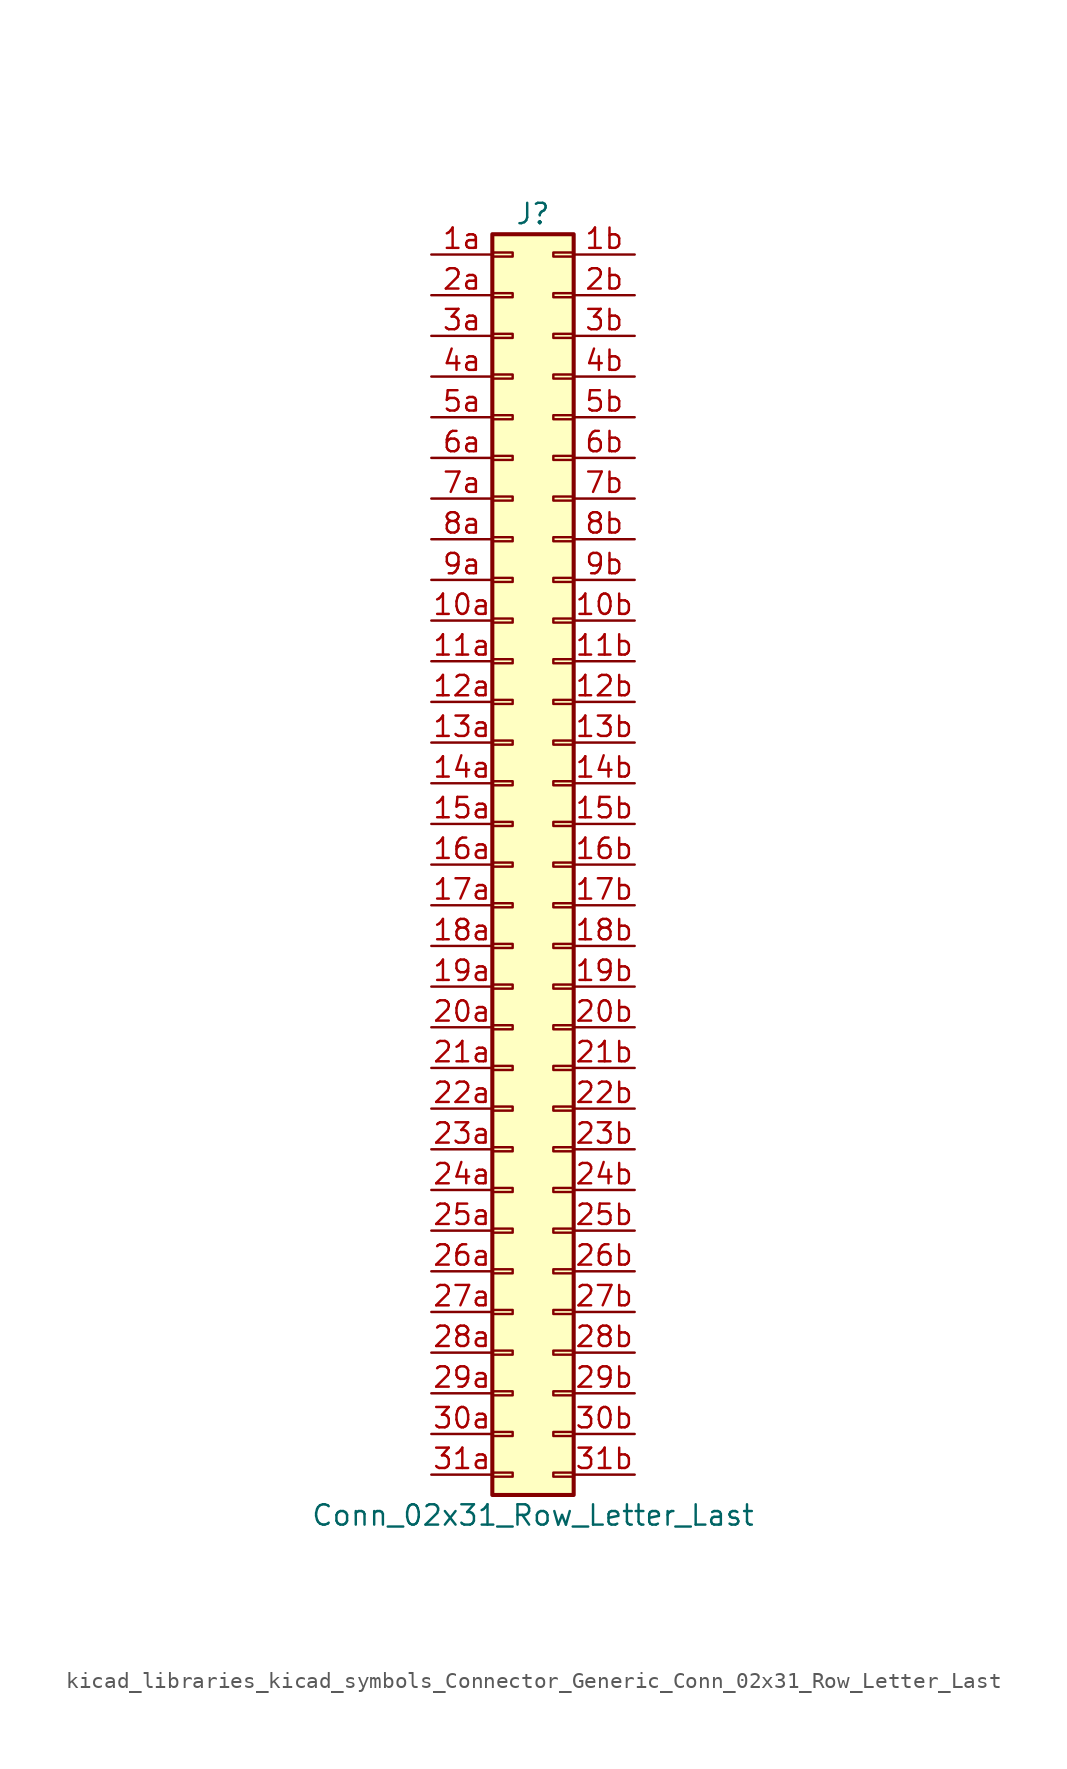
<source format=kicad_sym>
(kicad_symbol_lib
  (version 20220914)
  (generator kicad_symbol_editor)
  (symbol "kicad_libraries_kicad_symbols_Connector_Generic_Conn_02x31_Row_Letter_Last"
    (pin_names
      (offset 1.016) hide)
    (property "Reference" "J"
      (at 1.27 40.64 0)
      (effects (font (size 1.27 1.27))))
    (property "Value" "Conn_02x31_Row_Letter_Last"
      (at 1.27 -40.64 0)
      (effects (font (size 1.27 1.27))))
    (symbol "kicad_libraries_kicad_symbols_Connector_Generic_Conn_02x31_Row_Letter_Last_1_1"
      (rectangle (start -1.27 -37.973) (end 0 -38.227) (stroke (width 0.152) (type default)) (fill (type none)))
      (rectangle (start -1.27 -35.433) (end 0 -35.687) (stroke (width 0.152) (type default)) (fill (type none)))
      (rectangle (start -1.27 -32.893) (end 0 -33.147) (stroke (width 0.152) (type default)) (fill (type none)))
      (rectangle (start -1.27 -30.353) (end 0 -30.607) (stroke (width 0.152) (type default)) (fill (type none)))
      (rectangle (start -1.27 -27.813) (end 0 -28.067) (stroke (width 0.152) (type default)) (fill (type none)))
      (rectangle (start -1.27 -25.273) (end 0 -25.527) (stroke (width 0.152) (type default)) (fill (type none)))
      (rectangle (start -1.27 -22.733) (end 0 -22.987) (stroke (width 0.152) (type default)) (fill (type none)))
      (rectangle (start -1.27 -20.193) (end 0 -20.447) (stroke (width 0.152) (type default)) (fill (type none)))
      (rectangle (start -1.27 -17.653) (end 0 -17.907) (stroke (width 0.152) (type default)) (fill (type none)))
      (rectangle (start -1.27 -15.113) (end 0 -15.367) (stroke (width 0.152) (type default)) (fill (type none)))
      (rectangle (start -1.27 -12.573) (end 0 -12.827) (stroke (width 0.152) (type default)) (fill (type none)))
      (rectangle (start -1.27 -10.033) (end 0 -10.287) (stroke (width 0.152) (type default)) (fill (type none)))
      (rectangle (start -1.27 -7.493) (end 0 -7.747) (stroke (width 0.152) (type default)) (fill (type none)))
      (rectangle (start -1.27 -4.953) (end 0 -5.207) (stroke (width 0.152) (type default)) (fill (type none)))
      (rectangle (start -1.27 -2.413) (end 0 -2.667) (stroke (width 0.152) (type default)) (fill (type none)))
      (rectangle (start -1.27 0.127) (end 0 -0.127) (stroke (width 0.152) (type default)) (fill (type none)))
      (rectangle (start -1.27 2.667) (end 0 2.413) (stroke (width 0.152) (type default)) (fill (type none)))
      (rectangle (start -1.27 5.207) (end 0 4.953) (stroke (width 0.152) (type default)) (fill (type none)))
      (rectangle (start -1.27 7.747) (end 0 7.493) (stroke (width 0.152) (type default)) (fill (type none)))
      (rectangle (start -1.27 10.287) (end 0 10.033) (stroke (width 0.152) (type default)) (fill (type none)))
      (rectangle (start -1.27 12.827) (end 0 12.573) (stroke (width 0.152) (type default)) (fill (type none)))
      (rectangle (start -1.27 15.367) (end 0 15.113) (stroke (width 0.152) (type default)) (fill (type none)))
      (rectangle (start -1.27 17.907) (end 0 17.653) (stroke (width 0.152) (type default)) (fill (type none)))
      (rectangle (start -1.27 20.447) (end 0 20.193) (stroke (width 0.152) (type default)) (fill (type none)))
      (rectangle (start -1.27 22.987) (end 0 22.733) (stroke (width 0.152) (type default)) (fill (type none)))
      (rectangle (start -1.27 25.527) (end 0 25.273) (stroke (width 0.152) (type default)) (fill (type none)))
      (rectangle (start -1.27 28.067) (end 0 27.813) (stroke (width 0.152) (type default)) (fill (type none)))
      (rectangle (start -1.27 30.607) (end 0 30.353) (stroke (width 0.152) (type default)) (fill (type none)))
      (rectangle (start -1.27 33.147) (end 0 32.893) (stroke (width 0.152) (type default)) (fill (type none)))
      (rectangle (start -1.27 35.687) (end 0 35.433) (stroke (width 0.152) (type default)) (fill (type none)))
      (rectangle (start -1.27 38.227) (end 0 37.973) (stroke (width 0.152) (type default)) (fill (type none)))
      (rectangle (start -1.27 39.37) (end 3.81 -39.37) (stroke (width 0.254) (type default)) (fill (type background)))
      (rectangle (start 3.81 -37.973) (end 2.54 -38.227) (stroke (width 0.152) (type default)) (fill (type none)))
      (rectangle (start 3.81 -35.433) (end 2.54 -35.687) (stroke (width 0.152) (type default)) (fill (type none)))
      (rectangle (start 3.81 -32.893) (end 2.54 -33.147) (stroke (width 0.152) (type default)) (fill (type none)))
      (rectangle (start 3.81 -30.353) (end 2.54 -30.607) (stroke (width 0.152) (type default)) (fill (type none)))
      (rectangle (start 3.81 -27.813) (end 2.54 -28.067) (stroke (width 0.152) (type default)) (fill (type none)))
      (rectangle (start 3.81 -25.273) (end 2.54 -25.527) (stroke (width 0.152) (type default)) (fill (type none)))
      (rectangle (start 3.81 -22.733) (end 2.54 -22.987) (stroke (width 0.152) (type default)) (fill (type none)))
      (rectangle (start 3.81 -20.193) (end 2.54 -20.447) (stroke (width 0.152) (type default)) (fill (type none)))
      (rectangle (start 3.81 -17.653) (end 2.54 -17.907) (stroke (width 0.152) (type default)) (fill (type none)))
      (rectangle (start 3.81 -15.113) (end 2.54 -15.367) (stroke (width 0.152) (type default)) (fill (type none)))
      (rectangle (start 3.81 -12.573) (end 2.54 -12.827) (stroke (width 0.152) (type default)) (fill (type none)))
      (rectangle (start 3.81 -10.033) (end 2.54 -10.287) (stroke (width 0.152) (type default)) (fill (type none)))
      (rectangle (start 3.81 -7.493) (end 2.54 -7.747) (stroke (width 0.152) (type default)) (fill (type none)))
      (rectangle (start 3.81 -4.953) (end 2.54 -5.207) (stroke (width 0.152) (type default)) (fill (type none)))
      (rectangle (start 3.81 -2.413) (end 2.54 -2.667) (stroke (width 0.152) (type default)) (fill (type none)))
      (rectangle (start 3.81 0.127) (end 2.54 -0.127) (stroke (width 0.152) (type default)) (fill (type none)))
      (rectangle (start 3.81 2.667) (end 2.54 2.413) (stroke (width 0.152) (type default)) (fill (type none)))
      (rectangle (start 3.81 5.207) (end 2.54 4.953) (stroke (width 0.152) (type default)) (fill (type none)))
      (rectangle (start 3.81 7.747) (end 2.54 7.493) (stroke (width 0.152) (type default)) (fill (type none)))
      (rectangle (start 3.81 10.287) (end 2.54 10.033) (stroke (width 0.152) (type default)) (fill (type none)))
      (rectangle (start 3.81 12.827) (end 2.54 12.573) (stroke (width 0.152) (type default)) (fill (type none)))
      (rectangle (start 3.81 15.367) (end 2.54 15.113) (stroke (width 0.152) (type default)) (fill (type none)))
      (rectangle (start 3.81 17.907) (end 2.54 17.653) (stroke (width 0.152) (type default)) (fill (type none)))
      (rectangle (start 3.81 20.447) (end 2.54 20.193) (stroke (width 0.152) (type default)) (fill (type none)))
      (rectangle (start 3.81 22.987) (end 2.54 22.733) (stroke (width 0.152) (type default)) (fill (type none)))
      (rectangle (start 3.81 25.527) (end 2.54 25.273) (stroke (width 0.152) (type default)) (fill (type none)))
      (rectangle (start 3.81 28.067) (end 2.54 27.813) (stroke (width 0.152) (type default)) (fill (type none)))
      (rectangle (start 3.81 30.607) (end 2.54 30.353) (stroke (width 0.152) (type default)) (fill (type none)))
      (rectangle (start 3.81 33.147) (end 2.54 32.893) (stroke (width 0.152) (type default)) (fill (type none)))
      (rectangle (start 3.81 35.687) (end 2.54 35.433) (stroke (width 0.152) (type default)) (fill (type none)))
      (rectangle (start 3.81 38.227) (end 2.54 37.973) (stroke (width 0.152) (type default)) (fill (type none)))
      (pin passive line (at -5.08 15.24 0) (length 3.81) (name "Pin_10a" (effects (font (size 1.27 1.27)))) (number "10a" (effects (font (size 1.27 1.27)))))
      (pin passive line (at 7.62 15.24 180) (length 3.81) (name "Pin_10b" (effects (font (size 1.27 1.27)))) (number "10b" (effects (font (size 1.27 1.27)))))
      (pin passive line (at -5.08 12.7 0) (length 3.81) (name "Pin_11a" (effects (font (size 1.27 1.27)))) (number "11a" (effects (font (size 1.27 1.27)))))
      (pin passive line (at 7.62 12.7 180) (length 3.81) (name "Pin_11b" (effects (font (size 1.27 1.27)))) (number "11b" (effects (font (size 1.27 1.27)))))
      (pin passive line (at -5.08 10.16 0) (length 3.81) (name "Pin_12a" (effects (font (size 1.27 1.27)))) (number "12a" (effects (font (size 1.27 1.27)))))
      (pin passive line (at 7.62 10.16 180) (length 3.81) (name "Pin_12b" (effects (font (size 1.27 1.27)))) (number "12b" (effects (font (size 1.27 1.27)))))
      (pin passive line (at -5.08 7.62 0) (length 3.81) (name "Pin_13a" (effects (font (size 1.27 1.27)))) (number "13a" (effects (font (size 1.27 1.27)))))
      (pin passive line (at 7.62 7.62 180) (length 3.81) (name "Pin_13b" (effects (font (size 1.27 1.27)))) (number "13b" (effects (font (size 1.27 1.27)))))
      (pin passive line (at -5.08 5.08 0) (length 3.81) (name "Pin_14a" (effects (font (size 1.27 1.27)))) (number "14a" (effects (font (size 1.27 1.27)))))
      (pin passive line (at 7.62 5.08 180) (length 3.81) (name "Pin_14b" (effects (font (size 1.27 1.27)))) (number "14b" (effects (font (size 1.27 1.27)))))
      (pin passive line (at -5.08 2.54 0) (length 3.81) (name "Pin_15a" (effects (font (size 1.27 1.27)))) (number "15a" (effects (font (size 1.27 1.27)))))
      (pin passive line (at 7.62 2.54 180) (length 3.81) (name "Pin_15b" (effects (font (size 1.27 1.27)))) (number "15b" (effects (font (size 1.27 1.27)))))
      (pin passive line (at -5.08 0 0) (length 3.81) (name "Pin_16a" (effects (font (size 1.27 1.27)))) (number "16a" (effects (font (size 1.27 1.27)))))
      (pin passive line (at 7.62 0 180) (length 3.81) (name "Pin_16b" (effects (font (size 1.27 1.27)))) (number "16b" (effects (font (size 1.27 1.27)))))
      (pin passive line (at -5.08 -2.54 0) (length 3.81) (name "Pin_17a" (effects (font (size 1.27 1.27)))) (number "17a" (effects (font (size 1.27 1.27)))))
      (pin passive line (at 7.62 -2.54 180) (length 3.81) (name "Pin_17b" (effects (font (size 1.27 1.27)))) (number "17b" (effects (font (size 1.27 1.27)))))
      (pin passive line (at -5.08 -5.08 0) (length 3.81) (name "Pin_18a" (effects (font (size 1.27 1.27)))) (number "18a" (effects (font (size 1.27 1.27)))))
      (pin passive line (at 7.62 -5.08 180) (length 3.81) (name "Pin_18b" (effects (font (size 1.27 1.27)))) (number "18b" (effects (font (size 1.27 1.27)))))
      (pin passive line (at -5.08 -7.62 0) (length 3.81) (name "Pin_19a" (effects (font (size 1.27 1.27)))) (number "19a" (effects (font (size 1.27 1.27)))))
      (pin passive line (at 7.62 -7.62 180) (length 3.81) (name "Pin_19b" (effects (font (size 1.27 1.27)))) (number "19b" (effects (font (size 1.27 1.27)))))
      (pin passive line (at -5.08 38.1 0) (length 3.81) (name "Pin_1a" (effects (font (size 1.27 1.27)))) (number "1a" (effects (font (size 1.27 1.27)))))
      (pin passive line (at 7.62 38.1 180) (length 3.81) (name "Pin_1b" (effects (font (size 1.27 1.27)))) (number "1b" (effects (font (size 1.27 1.27)))))
      (pin passive line (at -5.08 -10.16 0) (length 3.81) (name "Pin_20a" (effects (font (size 1.27 1.27)))) (number "20a" (effects (font (size 1.27 1.27)))))
      (pin passive line (at 7.62 -10.16 180) (length 3.81) (name "Pin_20b" (effects (font (size 1.27 1.27)))) (number "20b" (effects (font (size 1.27 1.27)))))
      (pin passive line (at -5.08 -12.7 0) (length 3.81) (name "Pin_21a" (effects (font (size 1.27 1.27)))) (number "21a" (effects (font (size 1.27 1.27)))))
      (pin passive line (at 7.62 -12.7 180) (length 3.81) (name "Pin_21b" (effects (font (size 1.27 1.27)))) (number "21b" (effects (font (size 1.27 1.27)))))
      (pin passive line (at -5.08 -15.24 0) (length 3.81) (name "Pin_22a" (effects (font (size 1.27 1.27)))) (number "22a" (effects (font (size 1.27 1.27)))))
      (pin passive line (at 7.62 -15.24 180) (length 3.81) (name "Pin_22b" (effects (font (size 1.27 1.27)))) (number "22b" (effects (font (size 1.27 1.27)))))
      (pin passive line (at -5.08 -17.78 0) (length 3.81) (name "Pin_23a" (effects (font (size 1.27 1.27)))) (number "23a" (effects (font (size 1.27 1.27)))))
      (pin passive line (at 7.62 -17.78 180) (length 3.81) (name "Pin_23b" (effects (font (size 1.27 1.27)))) (number "23b" (effects (font (size 1.27 1.27)))))
      (pin passive line (at -5.08 -20.32 0) (length 3.81) (name "Pin_24a" (effects (font (size 1.27 1.27)))) (number "24a" (effects (font (size 1.27 1.27)))))
      (pin passive line (at 7.62 -20.32 180) (length 3.81) (name "Pin_24b" (effects (font (size 1.27 1.27)))) (number "24b" (effects (font (size 1.27 1.27)))))
      (pin passive line (at -5.08 -22.86 0) (length 3.81) (name "Pin_25a" (effects (font (size 1.27 1.27)))) (number "25a" (effects (font (size 1.27 1.27)))))
      (pin passive line (at 7.62 -22.86 180) (length 3.81) (name "Pin_25b" (effects (font (size 1.27 1.27)))) (number "25b" (effects (font (size 1.27 1.27)))))
      (pin passive line (at -5.08 -25.4 0) (length 3.81) (name "Pin_26a" (effects (font (size 1.27 1.27)))) (number "26a" (effects (font (size 1.27 1.27)))))
      (pin passive line (at 7.62 -25.4 180) (length 3.81) (name "Pin_26b" (effects (font (size 1.27 1.27)))) (number "26b" (effects (font (size 1.27 1.27)))))
      (pin passive line (at -5.08 -27.94 0) (length 3.81) (name "Pin_27a" (effects (font (size 1.27 1.27)))) (number "27a" (effects (font (size 1.27 1.27)))))
      (pin passive line (at 7.62 -27.94 180) (length 3.81) (name "Pin_27b" (effects (font (size 1.27 1.27)))) (number "27b" (effects (font (size 1.27 1.27)))))
      (pin passive line (at -5.08 -30.48 0) (length 3.81) (name "Pin_28a" (effects (font (size 1.27 1.27)))) (number "28a" (effects (font (size 1.27 1.27)))))
      (pin passive line (at 7.62 -30.48 180) (length 3.81) (name "Pin_28b" (effects (font (size 1.27 1.27)))) (number "28b" (effects (font (size 1.27 1.27)))))
      (pin passive line (at -5.08 -33.02 0) (length 3.81) (name "Pin_29a" (effects (font (size 1.27 1.27)))) (number "29a" (effects (font (size 1.27 1.27)))))
      (pin passive line (at 7.62 -33.02 180) (length 3.81) (name "Pin_29b" (effects (font (size 1.27 1.27)))) (number "29b" (effects (font (size 1.27 1.27)))))
      (pin passive line (at -5.08 35.56 0) (length 3.81) (name "Pin_2a" (effects (font (size 1.27 1.27)))) (number "2a" (effects (font (size 1.27 1.27)))))
      (pin passive line (at 7.62 35.56 180) (length 3.81) (name "Pin_2b" (effects (font (size 1.27 1.27)))) (number "2b" (effects (font (size 1.27 1.27)))))
      (pin passive line (at -5.08 -35.56 0) (length 3.81) (name "Pin_30a" (effects (font (size 1.27 1.27)))) (number "30a" (effects (font (size 1.27 1.27)))))
      (pin passive line (at 7.62 -35.56 180) (length 3.81) (name "Pin_30b" (effects (font (size 1.27 1.27)))) (number "30b" (effects (font (size 1.27 1.27)))))
      (pin passive line (at -5.08 -38.1 0) (length 3.81) (name "Pin_31a" (effects (font (size 1.27 1.27)))) (number "31a" (effects (font (size 1.27 1.27)))))
      (pin passive line (at 7.62 -38.1 180) (length 3.81) (name "Pin_31b" (effects (font (size 1.27 1.27)))) (number "31b" (effects (font (size 1.27 1.27)))))
      (pin passive line (at -5.08 33.02 0) (length 3.81) (name "Pin_3a" (effects (font (size 1.27 1.27)))) (number "3a" (effects (font (size 1.27 1.27)))))
      (pin passive line (at 7.62 33.02 180) (length 3.81) (name "Pin_3b" (effects (font (size 1.27 1.27)))) (number "3b" (effects (font (size 1.27 1.27)))))
      (pin passive line (at -5.08 30.48 0) (length 3.81) (name "Pin_4a" (effects (font (size 1.27 1.27)))) (number "4a" (effects (font (size 1.27 1.27)))))
      (pin passive line (at 7.62 30.48 180) (length 3.81) (name "Pin_4b" (effects (font (size 1.27 1.27)))) (number "4b" (effects (font (size 1.27 1.27)))))
      (pin passive line (at -5.08 27.94 0) (length 3.81) (name "Pin_5a" (effects (font (size 1.27 1.27)))) (number "5a" (effects (font (size 1.27 1.27)))))
      (pin passive line (at 7.62 27.94 180) (length 3.81) (name "Pin_5b" (effects (font (size 1.27 1.27)))) (number "5b" (effects (font (size 1.27 1.27)))))
      (pin passive line (at -5.08 25.4 0) (length 3.81) (name "Pin_6a" (effects (font (size 1.27 1.27)))) (number "6a" (effects (font (size 1.27 1.27)))))
      (pin passive line (at 7.62 25.4 180) (length 3.81) (name "Pin_6b" (effects (font (size 1.27 1.27)))) (number "6b" (effects (font (size 1.27 1.27)))))
      (pin passive line (at -5.08 22.86 0) (length 3.81) (name "Pin_7a" (effects (font (size 1.27 1.27)))) (number "7a" (effects (font (size 1.27 1.27)))))
      (pin passive line (at 7.62 22.86 180) (length 3.81) (name "Pin_7b" (effects (font (size 1.27 1.27)))) (number "7b" (effects (font (size 1.27 1.27)))))
      (pin passive line (at -5.08 20.32 0) (length 3.81) (name "Pin_8a" (effects (font (size 1.27 1.27)))) (number "8a" (effects (font (size 1.27 1.27)))))
      (pin passive line (at 7.62 20.32 180) (length 3.81) (name "Pin_8b" (effects (font (size 1.27 1.27)))) (number "8b" (effects (font (size 1.27 1.27)))))
      (pin passive line (at -5.08 17.78 0) (length 3.81) (name "Pin_9a" (effects (font (size 1.27 1.27)))) (number "9a" (effects (font (size 1.27 1.27)))))
      (pin passive line (at 7.62 17.78 180) (length 3.81) (name "Pin_9b" (effects (font (size 1.27 1.27)))) (number "9b" (effects (font (size 1.27 1.27))))))))
</source>
